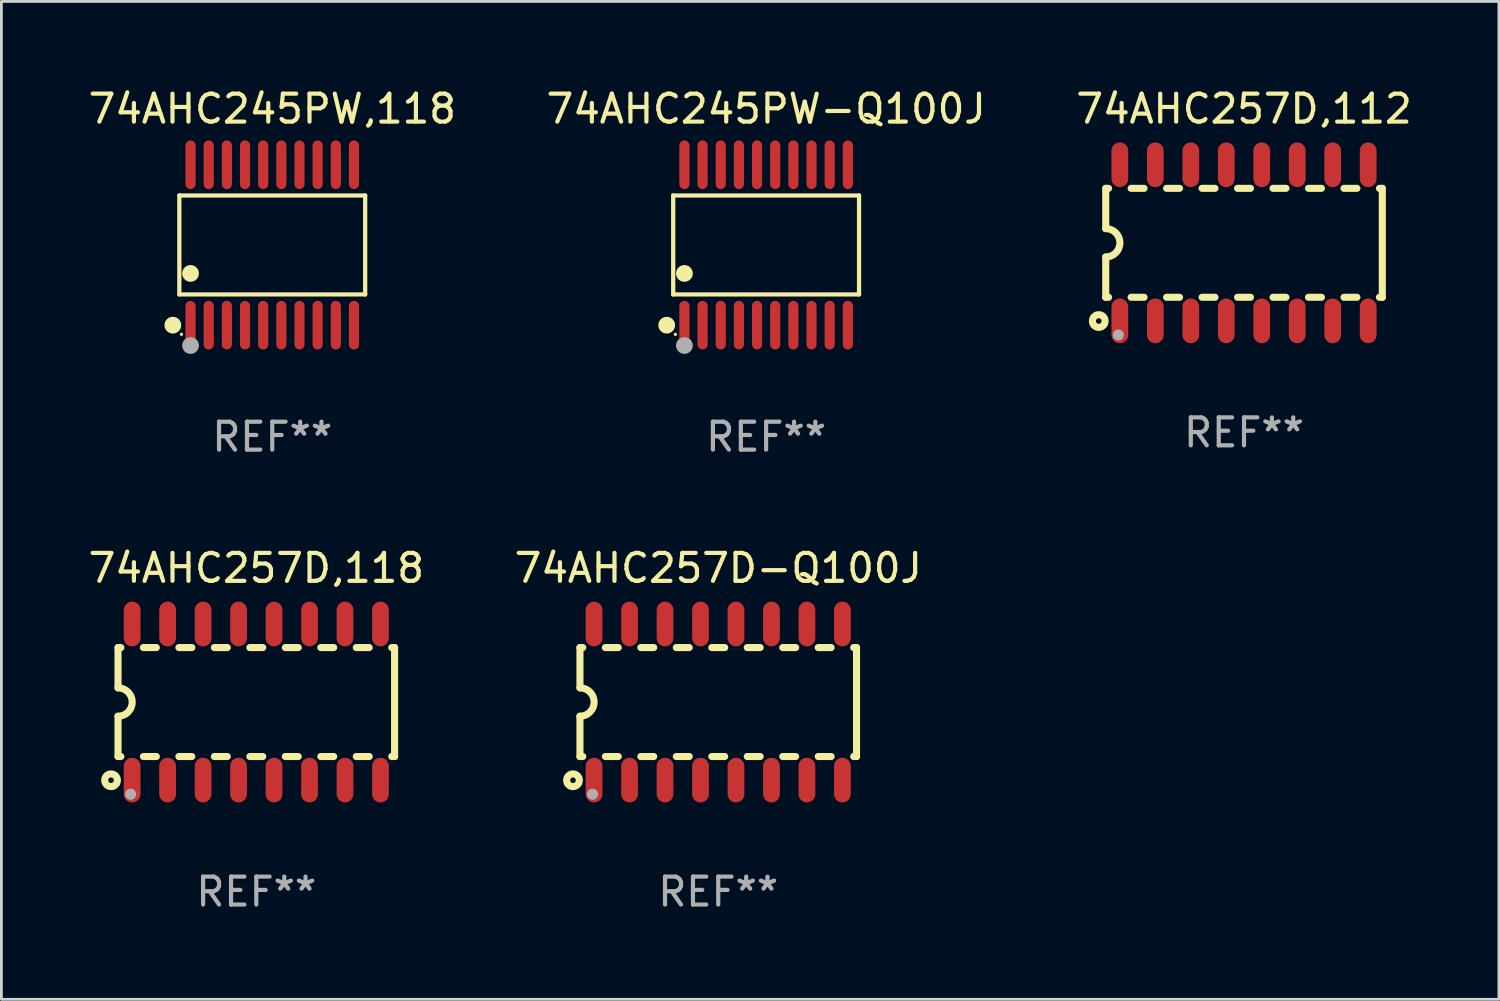
<source format=kicad_pcb>
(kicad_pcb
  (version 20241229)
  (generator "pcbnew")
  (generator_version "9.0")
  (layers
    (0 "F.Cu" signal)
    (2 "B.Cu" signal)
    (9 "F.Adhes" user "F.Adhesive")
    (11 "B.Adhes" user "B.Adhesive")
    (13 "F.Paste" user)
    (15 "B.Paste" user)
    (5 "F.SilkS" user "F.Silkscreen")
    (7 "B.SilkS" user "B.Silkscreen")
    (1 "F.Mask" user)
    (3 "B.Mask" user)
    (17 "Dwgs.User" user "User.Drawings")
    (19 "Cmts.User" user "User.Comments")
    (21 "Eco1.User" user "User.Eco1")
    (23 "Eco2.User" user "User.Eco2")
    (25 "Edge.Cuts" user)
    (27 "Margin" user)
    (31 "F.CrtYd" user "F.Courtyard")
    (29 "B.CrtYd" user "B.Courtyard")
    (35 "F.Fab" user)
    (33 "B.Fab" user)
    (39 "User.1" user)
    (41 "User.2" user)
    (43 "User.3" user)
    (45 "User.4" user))
  (footprint "74AHC245PW-Q100J"
    (layer "F.Cu")
    (at 24.375 5.719)
    (property "Reference" "74AHC245PW-Q100J" (at 0 -4.871 0) (layer "F.SilkS") (effects (font (size 1 1) (thickness 0.15))))
    (attr through_hole)
    (fp_line (start -3.326 -1.771) (end 3.326 -1.771) (stroke (width 0.152) (type solid)) (layer "F.SilkS"))
    (fp_line (start -3.326 1.771) (end -3.326 -1.771) (stroke (width 0.152) (type solid)) (layer "F.SilkS"))
    (fp_line (start 3.326 -1.771) (end 3.326 1.771) (stroke (width 0.152) (type solid)) (layer "F.SilkS"))
    (fp_line (start 3.326 1.771) (end -3.326 1.771) (stroke (width 0.152) (type solid)) (layer "F.SilkS"))
    (fp_circle (center -3.559 2.871) (end -3.409 2.871) (stroke (width 0.3) (type solid)) (fill no) (layer "F.SilkS"))
    (fp_circle (center -3.25 3.2) (end -3.22 3.2) (stroke (width 0.06) (type solid)) (fill no) (layer "F.SilkS"))
    (fp_circle (center -2.925 1.019) (end -2.775 1.019) (stroke (width 0.3) (type solid)) (fill no) (layer "F.SilkS"))
    (fp_circle (center -2.925 3.6) (end -2.775 3.6) (stroke (width 0.3) (type solid)) (fill no) (layer "F.Fab"))
    (fp_text user "REF**" (at 0 6.871 0) (layer "F.Fab") (effects (font (size 1 1) (thickness 0.15))))
    (pad "1" smd oval (at -2.925 2.871) (size 0.364 1.742) (layers "F.Cu" "F.Mask" "F.Paste"))
    (pad "2" smd oval (at -2.275 2.871) (size 0.364 1.742) (layers "F.Cu" "F.Mask" "F.Paste"))
    (pad "3" smd oval (at -1.625 2.871) (size 0.364 1.742) (layers "F.Cu" "F.Mask" "F.Paste"))
    (pad "4" smd oval (at -0.975 2.871) (size 0.364 1.742) (layers "F.Cu" "F.Mask" "F.Paste"))
    (pad "5" smd oval (at -0.325 2.871) (size 0.364 1.742) (layers "F.Cu" "F.Mask" "F.Paste"))
    (pad "6" smd oval (at 0.325 2.871) (size 0.364 1.742) (layers "F.Cu" "F.Mask" "F.Paste"))
    (pad "7" smd oval (at 0.975 2.871) (size 0.364 1.742) (layers "F.Cu" "F.Mask" "F.Paste"))
    (pad "8" smd oval (at 1.625 2.871) (size 0.364 1.742) (layers "F.Cu" "F.Mask" "F.Paste"))
    (pad "9" smd oval (at 2.275 2.871) (size 0.364 1.742) (layers "F.Cu" "F.Mask" "F.Paste"))
    (pad "10" smd oval (at 2.925 2.871) (size 0.364 1.742) (layers "F.Cu" "F.Mask" "F.Paste"))
    (pad "11" smd oval (at 2.925 -2.871) (size 0.364 1.742) (layers "F.Cu" "F.Mask" "F.Paste"))
    (pad "12" smd oval (at 2.275 -2.871) (size 0.364 1.742) (layers "F.Cu" "F.Mask" "F.Paste"))
    (pad "13" smd oval (at 1.625 -2.871) (size 0.364 1.742) (layers "F.Cu" "F.Mask" "F.Paste"))
    (pad "14" smd oval (at 0.975 -2.871) (size 0.364 1.742) (layers "F.Cu" "F.Mask" "F.Paste"))
    (pad "15" smd oval (at 0.325 -2.871) (size 0.364 1.742) (layers "F.Cu" "F.Mask" "F.Paste"))
    (pad "16" smd oval (at -0.325 -2.871) (size 0.364 1.742) (layers "F.Cu" "F.Mask" "F.Paste"))
    (pad "17" smd oval (at -0.975 -2.871) (size 0.364 1.742) (layers "F.Cu" "F.Mask" "F.Paste"))
    (pad "18" smd oval (at -1.625 -2.871) (size 0.364 1.742) (layers "F.Cu" "F.Mask" "F.Paste"))
    (pad "19" smd oval (at -2.275 -2.871) (size 0.364 1.742) (layers "F.Cu" "F.Mask" "F.Paste"))
    (pad "20" smd oval (at -2.925 -2.871) (size 0.364 1.742) (layers "F.Cu" "F.Mask" "F.Paste")))
  (footprint "74AHC257D-Q100J"
    (layer "F.Cu")
    (at 22.661 22.081)
    (property "Reference" "74AHC257D-Q100J" (at 0 -4.794 0) (layer "F.SilkS") (effects (font (size 1 1) (thickness 0.15))))
    (attr through_hole)
    (fp_line (start -4.95 -1.95) (end -4.95 -0.508) (stroke (width 0.254) (type solid)) (layer "F.SilkS"))
    (fp_line (start -4.95 -1.95) (end -4.849 -1.95) (stroke (width 0.254) (type solid)) (layer "F.SilkS"))
    (fp_line (start -4.95 1.95) (end -4.95 0.508) (stroke (width 0.254) (type solid)) (layer "F.SilkS"))
    (fp_line (start -4.95 1.95) (end -4.849 1.95) (stroke (width 0.254) (type solid)) (layer "F.SilkS"))
    (fp_line (start -4.041 -1.95) (end -3.579 -1.95) (stroke (width 0.254) (type solid)) (layer "F.SilkS"))
    (fp_line (start -4.041 1.95) (end -3.579 1.95) (stroke (width 0.254) (type solid)) (layer "F.SilkS"))
    (fp_line (start -2.771 -1.95) (end -2.309 -1.95) (stroke (width 0.254) (type solid)) (layer "F.SilkS"))
    (fp_line (start -2.771 1.95) (end -2.309 1.95) (stroke (width 0.254) (type solid)) (layer "F.SilkS"))
    (fp_line (start -1.501 -1.95) (end -1.039 -1.95) (stroke (width 0.254) (type solid)) (layer "F.SilkS"))
    (fp_line (start -1.501 1.95) (end -1.039 1.95) (stroke (width 0.254) (type solid)) (layer "F.SilkS"))
    (fp_line (start -0.231 -1.95) (end 0.231 -1.95) (stroke (width 0.254) (type solid)) (layer "F.SilkS"))
    (fp_line (start -0.231 1.95) (end 0.231 1.95) (stroke (width 0.254) (type solid)) (layer "F.SilkS"))
    (fp_line (start 1.039 -1.95) (end 1.501 -1.95) (stroke (width 0.254) (type solid)) (layer "F.SilkS"))
    (fp_line (start 1.039 1.95) (end 1.501 1.95) (stroke (width 0.254) (type solid)) (layer "F.SilkS"))
    (fp_line (start 2.309 -1.95) (end 2.771 -1.95) (stroke (width 0.254) (type solid)) (layer "F.SilkS"))
    (fp_line (start 2.309 1.95) (end 2.771 1.95) (stroke (width 0.254) (type solid)) (layer "F.SilkS"))
    (fp_line (start 3.579 -1.95) (end 4.041 -1.95) (stroke (width 0.254) (type solid)) (layer "F.SilkS"))
    (fp_line (start 3.579 1.95) (end 4.041 1.95) (stroke (width 0.254) (type solid)) (layer "F.SilkS"))
    (fp_line (start 4.849 -1.95) (end 4.95 -1.95) (stroke (width 0.254) (type solid)) (layer "F.SilkS"))
    (fp_line (start 4.849 1.95) (end 4.95 1.95) (stroke (width 0.254) (type solid)) (layer "F.SilkS"))
    (fp_line (start 4.95 -1.95) (end 4.95 1.95) (stroke (width 0.254) (type solid)) (layer "F.SilkS"))
    (fp_arc (start -4.95047 -0.508001) (mid -4.442469 -0.000228) (end -4.950013 0.508001) (stroke (width 0.254001) (type solid)) (layer "F.SilkS"))
    (fp_circle (center -5.2 2.8) (end -5.1 2.8) (stroke (width 0.254) (type solid)) (fill no) (layer "F.SilkS"))
    (fp_circle (center -4.95 2.947) (end -4.92 2.947) (stroke (width 0.06) (type solid)) (fill no) (layer "F.SilkS"))
    (fp_circle (center -4.5 3.3) (end -4.4 3.3) (stroke (width 0.2) (type solid)) (fill no) (layer "F.Fab"))
    (fp_text user "REF**" (at 0 6.794 0) (layer "F.Fab") (effects (font (size 1 1) (thickness 0.15))))
    (pad "1" smd oval (at -4.445 2.794) (size 0.6 1.6) (layers "F.Cu" "F.Mask" "F.Paste"))
    (pad "2" smd oval (at -3.175 2.794) (size 0.6 1.6) (layers "F.Cu" "F.Mask" "F.Paste"))
    (pad "3" smd oval (at -1.905 2.794) (size 0.6 1.6) (layers "F.Cu" "F.Mask" "F.Paste"))
    (pad "4" smd oval (at -0.635 2.794) (size 0.6 1.6) (layers "F.Cu" "F.Mask" "F.Paste"))
    (pad "5" smd oval (at 0.635 2.794) (size 0.6 1.6) (layers "F.Cu" "F.Mask" "F.Paste"))
    (pad "6" smd oval (at 1.905 2.794) (size 0.6 1.6) (layers "F.Cu" "F.Mask" "F.Paste"))
    (pad "7" smd oval (at 3.175 2.794) (size 0.6 1.6) (layers "F.Cu" "F.Mask" "F.Paste"))
    (pad "8" smd oval (at 4.445 2.794) (size 0.6 1.6) (layers "F.Cu" "F.Mask" "F.Paste"))
    (pad "9" smd oval (at 4.445 -2.794) (size 0.6 1.6) (layers "F.Cu" "F.Mask" "F.Paste"))
    (pad "10" smd oval (at 3.175 -2.794) (size 0.6 1.6) (layers "F.Cu" "F.Mask" "F.Paste"))
    (pad "11" smd oval (at 1.905 -2.794) (size 0.6 1.6) (layers "F.Cu" "F.Mask" "F.Paste"))
    (pad "12" smd oval (at 0.635 -2.794) (size 0.6 1.6) (layers "F.Cu" "F.Mask" "F.Paste"))
    (pad "13" smd oval (at -0.635 -2.794) (size 0.6 1.6) (layers "F.Cu" "F.Mask" "F.Paste"))
    (pad "14" smd oval (at -1.905 -2.794) (size 0.6 1.6) (layers "F.Cu" "F.Mask" "F.Paste"))
    (pad "15" smd oval (at -3.175 -2.794) (size 0.6 1.6) (layers "F.Cu" "F.Mask" "F.Paste"))
    (pad "16" smd oval (at -4.445 -2.794) (size 0.6 1.6) (layers "F.Cu" "F.Mask" "F.Paste")))
  (footprint "74AHC245PW,118"
    (layer "F.Cu")
    (at 6.696 5.719)
    (property "Reference" "74AHC245PW,118" (at 0 -4.871 0) (layer "F.SilkS") (effects (font (size 1 1) (thickness 0.15))))
    (attr through_hole)
    (fp_line (start -3.326 -1.771) (end 3.326 -1.771) (stroke (width 0.152) (type solid)) (layer "F.SilkS"))
    (fp_line (start -3.326 1.771) (end -3.326 -1.771) (stroke (width 0.152) (type solid)) (layer "F.SilkS"))
    (fp_line (start 3.326 -1.771) (end 3.326 1.771) (stroke (width 0.152) (type solid)) (layer "F.SilkS"))
    (fp_line (start 3.326 1.771) (end -3.326 1.771) (stroke (width 0.152) (type solid)) (layer "F.SilkS"))
    (fp_circle (center -3.559 2.871) (end -3.409 2.871) (stroke (width 0.3) (type solid)) (fill no) (layer "F.SilkS"))
    (fp_circle (center -3.25 3.2) (end -3.22 3.2) (stroke (width 0.06) (type solid)) (fill no) (layer "F.SilkS"))
    (fp_circle (center -2.925 1.019) (end -2.775 1.019) (stroke (width 0.3) (type solid)) (fill no) (layer "F.SilkS"))
    (fp_circle (center -2.925 3.6) (end -2.775 3.6) (stroke (width 0.3) (type solid)) (fill no) (layer "F.Fab"))
    (fp_text user "REF**" (at 0 6.871 0) (layer "F.Fab") (effects (font (size 1 1) (thickness 0.15))))
    (pad "1" smd oval (at -2.925 2.871) (size 0.364 1.742) (layers "F.Cu" "F.Mask" "F.Paste"))
    (pad "2" smd oval (at -2.275 2.871) (size 0.364 1.742) (layers "F.Cu" "F.Mask" "F.Paste"))
    (pad "3" smd oval (at -1.625 2.871) (size 0.364 1.742) (layers "F.Cu" "F.Mask" "F.Paste"))
    (pad "4" smd oval (at -0.975 2.871) (size 0.364 1.742) (layers "F.Cu" "F.Mask" "F.Paste"))
    (pad "5" smd oval (at -0.325 2.871) (size 0.364 1.742) (layers "F.Cu" "F.Mask" "F.Paste"))
    (pad "6" smd oval (at 0.325 2.871) (size 0.364 1.742) (layers "F.Cu" "F.Mask" "F.Paste"))
    (pad "7" smd oval (at 0.975 2.871) (size 0.364 1.742) (layers "F.Cu" "F.Mask" "F.Paste"))
    (pad "8" smd oval (at 1.625 2.871) (size 0.364 1.742) (layers "F.Cu" "F.Mask" "F.Paste"))
    (pad "9" smd oval (at 2.275 2.871) (size 0.364 1.742) (layers "F.Cu" "F.Mask" "F.Paste"))
    (pad "10" smd oval (at 2.925 2.871) (size 0.364 1.742) (layers "F.Cu" "F.Mask" "F.Paste"))
    (pad "11" smd oval (at 2.925 -2.871) (size 0.364 1.742) (layers "F.Cu" "F.Mask" "F.Paste"))
    (pad "12" smd oval (at 2.275 -2.871) (size 0.364 1.742) (layers "F.Cu" "F.Mask" "F.Paste"))
    (pad "13" smd oval (at 1.625 -2.871) (size 0.364 1.742) (layers "F.Cu" "F.Mask" "F.Paste"))
    (pad "14" smd oval (at 0.975 -2.871) (size 0.364 1.742) (layers "F.Cu" "F.Mask" "F.Paste"))
    (pad "15" smd oval (at 0.325 -2.871) (size 0.364 1.742) (layers "F.Cu" "F.Mask" "F.Paste"))
    (pad "16" smd oval (at -0.325 -2.871) (size 0.364 1.742) (layers "F.Cu" "F.Mask" "F.Paste"))
    (pad "17" smd oval (at -0.975 -2.871) (size 0.364 1.742) (layers "F.Cu" "F.Mask" "F.Paste"))
    (pad "18" smd oval (at -1.625 -2.871) (size 0.364 1.742) (layers "F.Cu" "F.Mask" "F.Paste"))
    (pad "19" smd oval (at -2.275 -2.871) (size 0.364 1.742) (layers "F.Cu" "F.Mask" "F.Paste"))
    (pad "20" smd oval (at -2.925 -2.871) (size 0.364 1.742) (layers "F.Cu" "F.Mask" "F.Paste")))
  (footprint "74AHC257D,112"
    (layer "F.Cu")
    (at 41.482 5.642)
    (property "Reference" "74AHC257D,112" (at 0 -4.794 0) (layer "F.SilkS") (effects (font (size 1 1) (thickness 0.15))))
    (attr through_hole)
    (fp_line (start -4.95 -1.95) (end -4.95 -0.508) (stroke (width 0.254) (type solid)) (layer "F.SilkS"))
    (fp_line (start -4.95 -1.95) (end -4.849 -1.95) (stroke (width 0.254) (type solid)) (layer "F.SilkS"))
    (fp_line (start -4.95 1.95) (end -4.95 0.508) (stroke (width 0.254) (type solid)) (layer "F.SilkS"))
    (fp_line (start -4.95 1.95) (end -4.849 1.95) (stroke (width 0.254) (type solid)) (layer "F.SilkS"))
    (fp_line (start -4.041 -1.95) (end -3.579 -1.95) (stroke (width 0.254) (type solid)) (layer "F.SilkS"))
    (fp_line (start -4.041 1.95) (end -3.579 1.95) (stroke (width 0.254) (type solid)) (layer "F.SilkS"))
    (fp_line (start -2.771 -1.95) (end -2.309 -1.95) (stroke (width 0.254) (type solid)) (layer "F.SilkS"))
    (fp_line (start -2.771 1.95) (end -2.309 1.95) (stroke (width 0.254) (type solid)) (layer "F.SilkS"))
    (fp_line (start -1.501 -1.95) (end -1.039 -1.95) (stroke (width 0.254) (type solid)) (layer "F.SilkS"))
    (fp_line (start -1.501 1.95) (end -1.039 1.95) (stroke (width 0.254) (type solid)) (layer "F.SilkS"))
    (fp_line (start -0.231 -1.95) (end 0.231 -1.95) (stroke (width 0.254) (type solid)) (layer "F.SilkS"))
    (fp_line (start -0.231 1.95) (end 0.231 1.95) (stroke (width 0.254) (type solid)) (layer "F.SilkS"))
    (fp_line (start 1.039 -1.95) (end 1.501 -1.95) (stroke (width 0.254) (type solid)) (layer "F.SilkS"))
    (fp_line (start 1.039 1.95) (end 1.501 1.95) (stroke (width 0.254) (type solid)) (layer "F.SilkS"))
    (fp_line (start 2.309 -1.95) (end 2.771 -1.95) (stroke (width 0.254) (type solid)) (layer "F.SilkS"))
    (fp_line (start 2.309 1.95) (end 2.771 1.95) (stroke (width 0.254) (type solid)) (layer "F.SilkS"))
    (fp_line (start 3.579 -1.95) (end 4.041 -1.95) (stroke (width 0.254) (type solid)) (layer "F.SilkS"))
    (fp_line (start 3.579 1.95) (end 4.041 1.95) (stroke (width 0.254) (type solid)) (layer "F.SilkS"))
    (fp_line (start 4.849 -1.95) (end 4.95 -1.95) (stroke (width 0.254) (type solid)) (layer "F.SilkS"))
    (fp_line (start 4.849 1.95) (end 4.95 1.95) (stroke (width 0.254) (type solid)) (layer "F.SilkS"))
    (fp_line (start 4.95 -1.95) (end 4.95 1.95) (stroke (width 0.254) (type solid)) (layer "F.SilkS"))
    (fp_arc (start -4.95047 -0.508001) (mid -4.442469 -0.000228) (end -4.950013 0.508001) (stroke (width 0.254001) (type solid)) (layer "F.SilkS"))
    (fp_circle (center -5.2 2.8) (end -5.1 2.8) (stroke (width 0.254) (type solid)) (fill no) (layer "F.SilkS"))
    (fp_circle (center -4.95 2.947) (end -4.92 2.947) (stroke (width 0.06) (type solid)) (fill no) (layer "F.SilkS"))
    (fp_circle (center -4.5 3.3) (end -4.4 3.3) (stroke (width 0.2) (type solid)) (fill no) (layer "F.Fab"))
    (fp_text user "REF**" (at 0 6.794 0) (layer "F.Fab") (effects (font (size 1 1) (thickness 0.15))))
    (pad "1" smd oval (at -4.445 2.794) (size 0.6 1.6) (layers "F.Cu" "F.Mask" "F.Paste"))
    (pad "2" smd oval (at -3.175 2.794) (size 0.6 1.6) (layers "F.Cu" "F.Mask" "F.Paste"))
    (pad "3" smd oval (at -1.905 2.794) (size 0.6 1.6) (layers "F.Cu" "F.Mask" "F.Paste"))
    (pad "4" smd oval (at -0.635 2.794) (size 0.6 1.6) (layers "F.Cu" "F.Mask" "F.Paste"))
    (pad "5" smd oval (at 0.635 2.794) (size 0.6 1.6) (layers "F.Cu" "F.Mask" "F.Paste"))
    (pad "6" smd oval (at 1.905 2.794) (size 0.6 1.6) (layers "F.Cu" "F.Mask" "F.Paste"))
    (pad "7" smd oval (at 3.175 2.794) (size 0.6 1.6) (layers "F.Cu" "F.Mask" "F.Paste"))
    (pad "8" smd oval (at 4.445 2.794) (size 0.6 1.6) (layers "F.Cu" "F.Mask" "F.Paste"))
    (pad "9" smd oval (at 4.445 -2.794) (size 0.6 1.6) (layers "F.Cu" "F.Mask" "F.Paste"))
    (pad "10" smd oval (at 3.175 -2.794) (size 0.6 1.6) (layers "F.Cu" "F.Mask" "F.Paste"))
    (pad "11" smd oval (at 1.905 -2.794) (size 0.6 1.6) (layers "F.Cu" "F.Mask" "F.Paste"))
    (pad "12" smd oval (at 0.635 -2.794) (size 0.6 1.6) (layers "F.Cu" "F.Mask" "F.Paste"))
    (pad "13" smd oval (at -0.635 -2.794) (size 0.6 1.6) (layers "F.Cu" "F.Mask" "F.Paste"))
    (pad "14" smd oval (at -1.905 -2.794) (size 0.6 1.6) (layers "F.Cu" "F.Mask" "F.Paste"))
    (pad "15" smd oval (at -3.175 -2.794) (size 0.6 1.6) (layers "F.Cu" "F.Mask" "F.Paste"))
    (pad "16" smd oval (at -4.445 -2.794) (size 0.6 1.6) (layers "F.Cu" "F.Mask" "F.Paste")))
  (footprint "74AHC257D,118"
    (layer "F.Cu")
    (at 6.125 22.081)
    (property "Reference" "74AHC257D,118" (at 0 -4.794 0) (layer "F.SilkS") (effects (font (size 1 1) (thickness 0.15))))
    (attr through_hole)
    (fp_line (start -4.95 -1.95) (end -4.95 -0.508) (stroke (width 0.254) (type solid)) (layer "F.SilkS"))
    (fp_line (start -4.95 -1.95) (end -4.849 -1.95) (stroke (width 0.254) (type solid)) (layer "F.SilkS"))
    (fp_line (start -4.95 1.95) (end -4.95 0.508) (stroke (width 0.254) (type solid)) (layer "F.SilkS"))
    (fp_line (start -4.95 1.95) (end -4.849 1.95) (stroke (width 0.254) (type solid)) (layer "F.SilkS"))
    (fp_line (start -4.041 -1.95) (end -3.579 -1.95) (stroke (width 0.254) (type solid)) (layer "F.SilkS"))
    (fp_line (start -4.041 1.95) (end -3.579 1.95) (stroke (width 0.254) (type solid)) (layer "F.SilkS"))
    (fp_line (start -2.771 -1.95) (end -2.309 -1.95) (stroke (width 0.254) (type solid)) (layer "F.SilkS"))
    (fp_line (start -2.771 1.95) (end -2.309 1.95) (stroke (width 0.254) (type solid)) (layer "F.SilkS"))
    (fp_line (start -1.501 -1.95) (end -1.039 -1.95) (stroke (width 0.254) (type solid)) (layer "F.SilkS"))
    (fp_line (start -1.501 1.95) (end -1.039 1.95) (stroke (width 0.254) (type solid)) (layer "F.SilkS"))
    (fp_line (start -0.231 -1.95) (end 0.231 -1.95) (stroke (width 0.254) (type solid)) (layer "F.SilkS"))
    (fp_line (start -0.231 1.95) (end 0.231 1.95) (stroke (width 0.254) (type solid)) (layer "F.SilkS"))
    (fp_line (start 1.039 -1.95) (end 1.501 -1.95) (stroke (width 0.254) (type solid)) (layer "F.SilkS"))
    (fp_line (start 1.039 1.95) (end 1.501 1.95) (stroke (width 0.254) (type solid)) (layer "F.SilkS"))
    (fp_line (start 2.309 -1.95) (end 2.771 -1.95) (stroke (width 0.254) (type solid)) (layer "F.SilkS"))
    (fp_line (start 2.309 1.95) (end 2.771 1.95) (stroke (width 0.254) (type solid)) (layer "F.SilkS"))
    (fp_line (start 3.579 -1.95) (end 4.041 -1.95) (stroke (width 0.254) (type solid)) (layer "F.SilkS"))
    (fp_line (start 3.579 1.95) (end 4.041 1.95) (stroke (width 0.254) (type solid)) (layer "F.SilkS"))
    (fp_line (start 4.849 -1.95) (end 4.95 -1.95) (stroke (width 0.254) (type solid)) (layer "F.SilkS"))
    (fp_line (start 4.849 1.95) (end 4.95 1.95) (stroke (width 0.254) (type solid)) (layer "F.SilkS"))
    (fp_line (start 4.95 -1.95) (end 4.95 1.95) (stroke (width 0.254) (type solid)) (layer "F.SilkS"))
    (fp_arc (start -4.95047 -0.508001) (mid -4.442469 -0.000228) (end -4.950013 0.508001) (stroke (width 0.254001) (type solid)) (layer "F.SilkS"))
    (fp_circle (center -5.2 2.8) (end -5.1 2.8) (stroke (width 0.254) (type solid)) (fill no) (layer "F.SilkS"))
    (fp_circle (center -4.95 2.947) (end -4.92 2.947) (stroke (width 0.06) (type solid)) (fill no) (layer "F.SilkS"))
    (fp_circle (center -4.5 3.3) (end -4.4 3.3) (stroke (width 0.2) (type solid)) (fill no) (layer "F.Fab"))
    (fp_text user "REF**" (at 0 6.794 0) (layer "F.Fab") (effects (font (size 1 1) (thickness 0.15))))
    (pad "1" smd oval (at -4.445 2.794) (size 0.6 1.6) (layers "F.Cu" "F.Mask" "F.Paste"))
    (pad "2" smd oval (at -3.175 2.794) (size 0.6 1.6) (layers "F.Cu" "F.Mask" "F.Paste"))
    (pad "3" smd oval (at -1.905 2.794) (size 0.6 1.6) (layers "F.Cu" "F.Mask" "F.Paste"))
    (pad "4" smd oval (at -0.635 2.794) (size 0.6 1.6) (layers "F.Cu" "F.Mask" "F.Paste"))
    (pad "5" smd oval (at 0.635 2.794) (size 0.6 1.6) (layers "F.Cu" "F.Mask" "F.Paste"))
    (pad "6" smd oval (at 1.905 2.794) (size 0.6 1.6) (layers "F.Cu" "F.Mask" "F.Paste"))
    (pad "7" smd oval (at 3.175 2.794) (size 0.6 1.6) (layers "F.Cu" "F.Mask" "F.Paste"))
    (pad "8" smd oval (at 4.445 2.794) (size 0.6 1.6) (layers "F.Cu" "F.Mask" "F.Paste"))
    (pad "9" smd oval (at 4.445 -2.794) (size 0.6 1.6) (layers "F.Cu" "F.Mask" "F.Paste"))
    (pad "10" smd oval (at 3.175 -2.794) (size 0.6 1.6) (layers "F.Cu" "F.Mask" "F.Paste"))
    (pad "11" smd oval (at 1.905 -2.794) (size 0.6 1.6) (layers "F.Cu" "F.Mask" "F.Paste"))
    (pad "12" smd oval (at 0.635 -2.794) (size 0.6 1.6) (layers "F.Cu" "F.Mask" "F.Paste"))
    (pad "13" smd oval (at -0.635 -2.794) (size 0.6 1.6) (layers "F.Cu" "F.Mask" "F.Paste"))
    (pad "14" smd oval (at -1.905 -2.794) (size 0.6 1.6) (layers "F.Cu" "F.Mask" "F.Paste"))
    (pad "15" smd oval (at -3.175 -2.794) (size 0.6 1.6) (layers "F.Cu" "F.Mask" "F.Paste"))
    (pad "16" smd oval (at -4.445 -2.794) (size 0.6 1.6) (layers "F.Cu" "F.Mask" "F.Paste")))
  (gr_rect
    (start -3 -3)
    (end 50.607 32.723)
    (stroke (width 0.1) (type default))
    (fill no)
    (layer "Edge.Cuts")))
</source>
